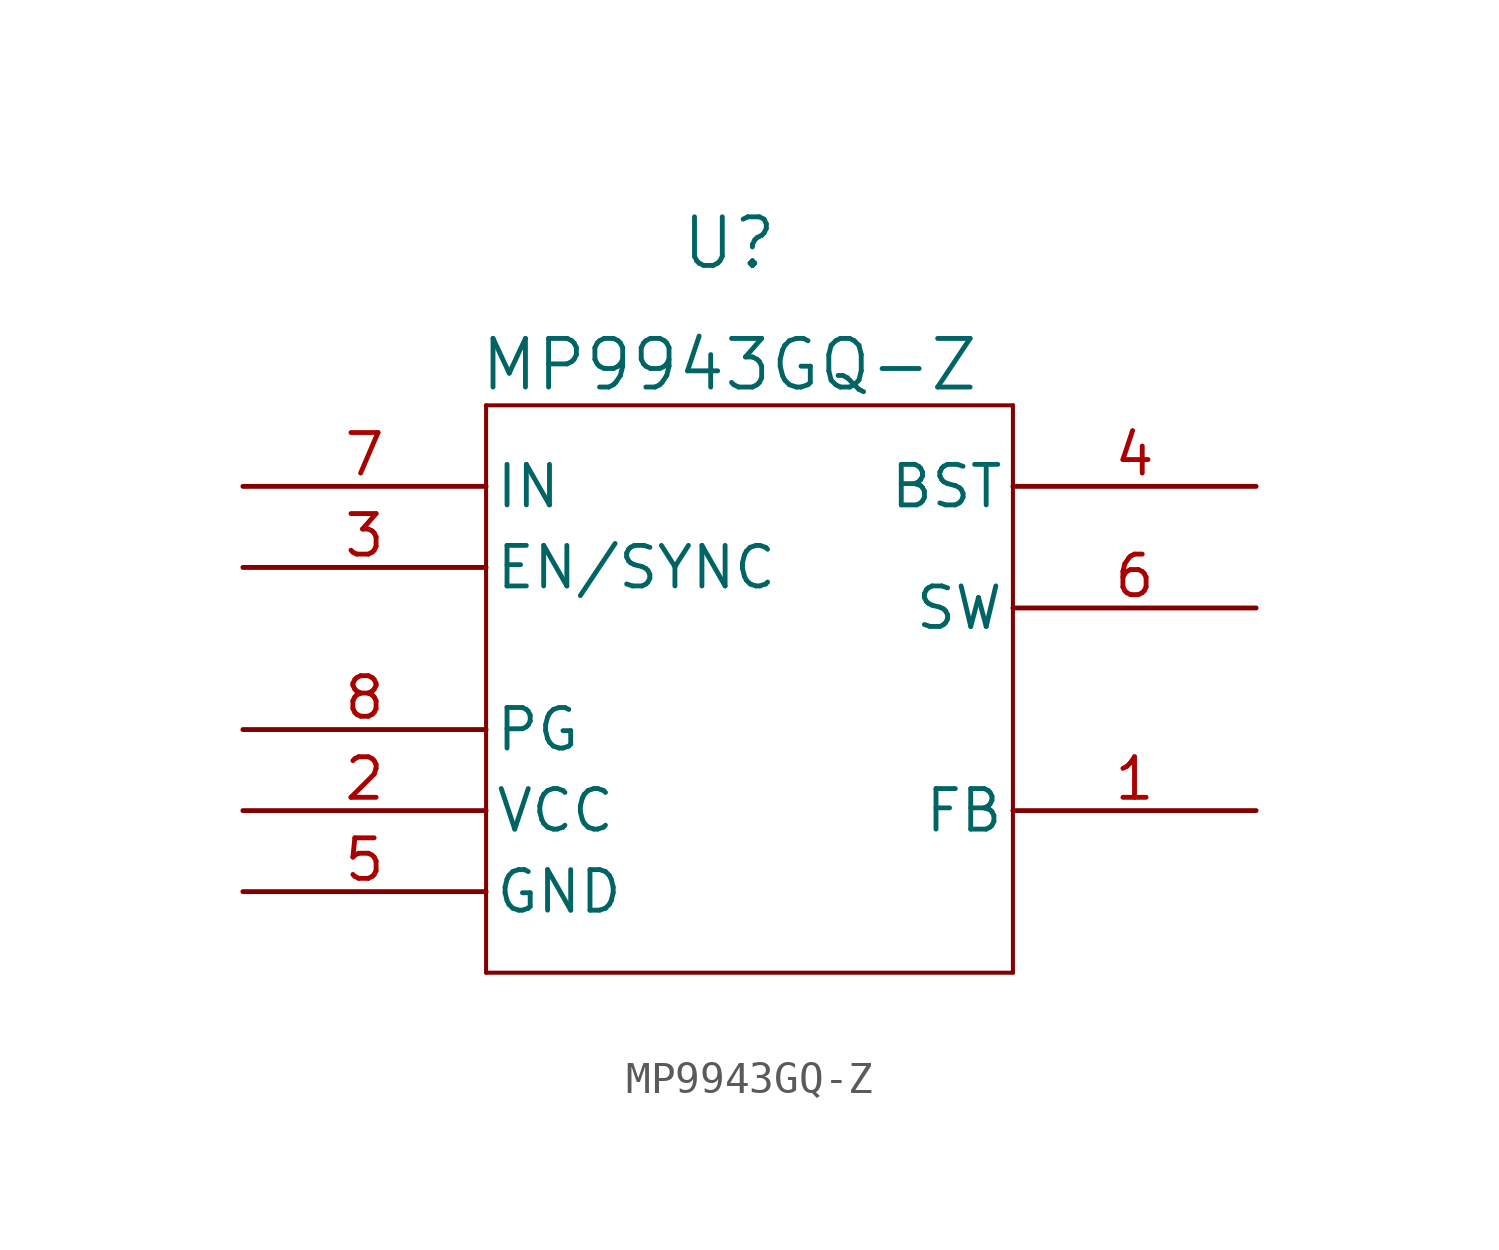
<source format=kicad_sym>
(kicad_symbol_lib
  (version 20220914)
  (generator kicad_symbol_editor)
  (symbol "MP9943GQ-Z"
    (pin_names
      (offset 0.254))
    (property "Reference" "U"
      (at 15.24 10.16 0)
      (effects (font (size 1.524 1.524))))
    (property "Value" "MP9943GQ-Z"
      (at 15.24 6.35 0)
      (effects (font (size 1.524 1.524))))
    (symbol "MP9943GQ-Z_0_1"
      (polyline (pts (xy 7.62 -12.7) (xy 24.13 -12.7)) (stroke (width 0.127) (type default)) (fill (type none)))
      (polyline (pts (xy 7.62 5.08) (xy 7.62 -12.7)) (stroke (width 0.127) (type default)) (fill (type none)))
      (polyline (pts (xy 24.13 -12.7) (xy 24.13 5.08)) (stroke (width 0.127) (type default)) (fill (type none)))
      (polyline (pts (xy 24.13 5.08) (xy 7.62 5.08)) (stroke (width 0.127) (type default)) (fill (type none)))
      (pin unspecified line (at 31.75 -7.62 180) (length 7.62) (name "FB" (effects (font (size 1.27 1.27)))) (number "1" (effects (font (size 1.27 1.27)))))
      (pin power_in line (at 0 -7.62 0) (length 7.62) (name "VCC" (effects (font (size 1.27 1.27)))) (number "2" (effects (font (size 1.27 1.27)))))
      (pin unspecified line (at 0 0 0) (length 7.62) (name "EN/SYNC" (effects (font (size 1.27 1.27)))) (number "3" (effects (font (size 1.27 1.27)))))
      (pin power_in line (at 31.75 2.54 180) (length 7.62) (name "BST" (effects (font (size 1.27 1.27)))) (number "4" (effects (font (size 1.27 1.27)))))
      (pin power_in line (at 0 -10.16 0) (length 7.62) (name "GND" (effects (font (size 1.27 1.27)))) (number "5" (effects (font (size 1.27 1.27)))))
      (pin output line (at 31.75 -1.27 180) (length 7.62) (name "SW" (effects (font (size 1.27 1.27)))) (number "6" (effects (font (size 1.27 1.27)))))
      (pin power_in line (at 0 2.54 0) (length 7.62) (name "IN" (effects (font (size 1.27 1.27)))) (number "7" (effects (font (size 1.27 1.27)))))
      (pin output line (at 0 -5.08 0) (length 7.62) (name "PG" (effects (font (size 1.27 1.27)))) (number "8" (effects (font (size 1.27 1.27))))))))
</source>
